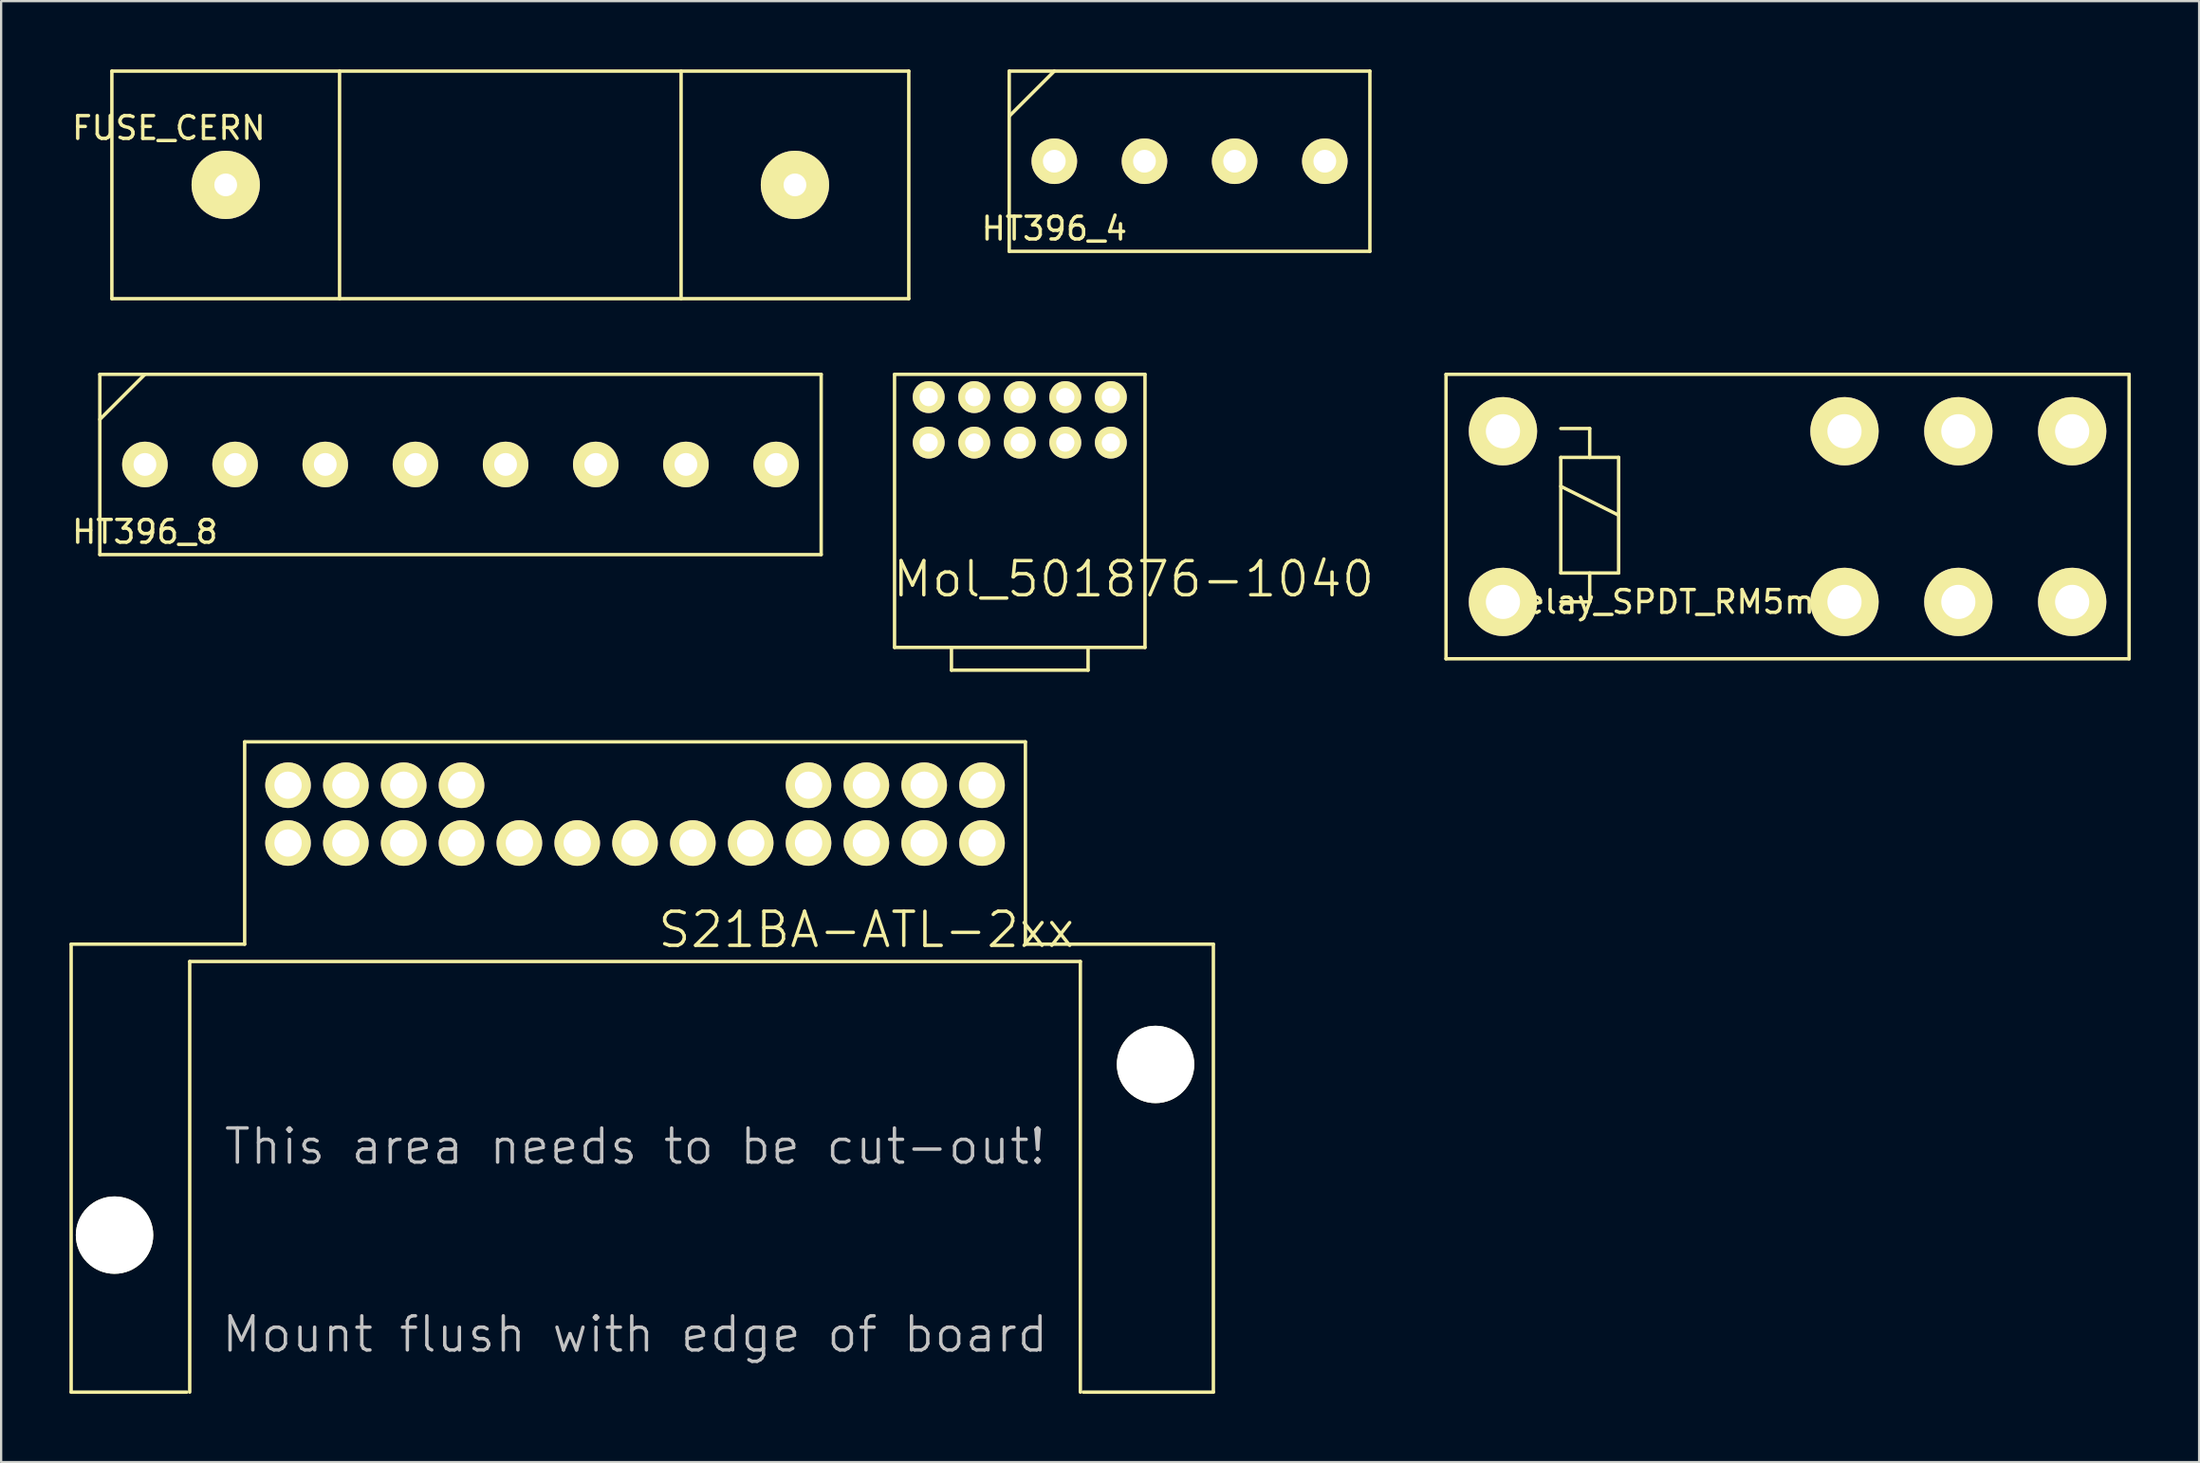
<source format=kicad_pcb>
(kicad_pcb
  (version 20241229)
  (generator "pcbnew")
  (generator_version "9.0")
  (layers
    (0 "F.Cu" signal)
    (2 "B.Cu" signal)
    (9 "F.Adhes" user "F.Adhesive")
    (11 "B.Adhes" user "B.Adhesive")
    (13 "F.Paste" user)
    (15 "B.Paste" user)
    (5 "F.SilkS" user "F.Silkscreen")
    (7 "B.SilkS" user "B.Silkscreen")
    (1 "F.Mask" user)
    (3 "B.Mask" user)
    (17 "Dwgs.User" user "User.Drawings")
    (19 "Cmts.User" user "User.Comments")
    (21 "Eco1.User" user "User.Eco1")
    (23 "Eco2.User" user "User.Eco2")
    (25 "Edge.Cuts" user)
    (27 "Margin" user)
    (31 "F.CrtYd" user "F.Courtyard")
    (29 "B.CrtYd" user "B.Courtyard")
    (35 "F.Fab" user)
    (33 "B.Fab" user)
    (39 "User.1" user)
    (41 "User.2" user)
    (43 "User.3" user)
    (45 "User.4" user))
  (footprint "Mol_501876-1040"
    (layer "F.Cu")
    (at 41.737 15.4)
    (property "Reference" "Mol_501876-1040" (at 5 7 0) (layer "F.SilkS") (effects (font (size 1.5 1.5) (thickness 0.15))))
    (attr through_hole)
    (fp_line (start -5.5 -2) (end -5.5 10) (stroke (width 0.15) (type solid)) (layer "F.SilkS"))
    (fp_line (start -5.5 10) (end 5.5 10) (stroke (width 0.15) (type solid)) (layer "F.SilkS"))
    (fp_line (start -3 10) (end -3 11) (stroke (width 0.15) (type solid)) (layer "F.SilkS"))
    (fp_line (start -3 11) (end 3 11) (stroke (width 0.15) (type solid)) (layer "F.SilkS"))
    (fp_line (start 3 11) (end 3 10) (stroke (width 0.15) (type solid)) (layer "F.SilkS"))
    (fp_line (start 5.5 -2) (end -5.5 -2) (stroke (width 0.15) (type solid)) (layer "F.SilkS"))
    (fp_line (start 5.5 10) (end 5.5 -2) (stroke (width 0.15) (type solid)) (layer "F.SilkS"))
    (pad "1" thru_hole circle (at 4 1) (size 1.4 1.4) (drill 0.8) (layers "*.Cu" "*.Mask" "F.SilkS"))
    (pad "2" thru_hole circle (at 4 -1) (size 1.4 1.4) (drill 0.8) (layers "*.Cu" "*.Mask" "F.SilkS"))
    (pad "3" thru_hole circle (at 2 1) (size 1.4 1.4) (drill 0.8) (layers "*.Cu" "*.Mask" "F.SilkS"))
    (pad "4" thru_hole circle (at 2 -1) (size 1.4 1.4) (drill 0.8) (layers "*.Cu" "*.Mask" "F.SilkS"))
    (pad "5" thru_hole circle (at 0 1) (size 1.4 1.4) (drill 0.8) (layers "*.Cu" "*.Mask" "F.SilkS"))
    (pad "6" thru_hole circle (at 0 -1) (size 1.4 1.4) (drill 0.8) (layers "*.Cu" "*.Mask" "F.SilkS"))
    (pad "7" thru_hole circle (at -2 1) (size 1.4 1.4) (drill 0.8) (layers "*.Cu" "*.Mask" "F.SilkS"))
    (pad "8" thru_hole circle (at -2 -1) (size 1.4 1.4) (drill 0.8) (layers "*.Cu" "*.Mask" "F.SilkS"))
    (pad "9" thru_hole circle (at -4 1) (size 1.4 1.4) (drill 0.8) (layers "*.Cu" "*.Mask" "F.SilkS"))
    (pad "10" thru_hole circle (at -4 -1) (size 1.4 1.4) (drill 0.8) (layers "*.Cu" "*.Mask" "F.SilkS")))
  (footprint "HT396_4"
    (layer "F.Cu")
    (at 43.254 7.995)
    (property "Reference" "HT396_4" (at 0 -1 0) (layer "F.SilkS") (effects (font (size 1 1) (thickness 0.15))))
    (attr through_hole)
    (fp_line (start -1.98 -7.92) (end -1.98 0) (stroke (width 0.15) (type solid)) (layer "F.SilkS"))
    (fp_line (start -1.98 -5.94) (end 0 -7.92) (stroke (width 0.15) (type solid)) (layer "F.SilkS"))
    (fp_line (start -1.98 0) (end 13.86 0) (stroke (width 0.15) (type solid)) (layer "F.SilkS"))
    (fp_line (start 13.86 -7.92) (end -1.98 -7.92) (stroke (width 0.15) (type solid)) (layer "F.SilkS"))
    (fp_line (start 13.86 0) (end 13.86 -7.92) (stroke (width 0.15) (type solid)) (layer "F.SilkS"))
    (pad "1" thru_hole circle (at 0 -3.96) (size 2 2) (drill 1) (layers "*.Cu" "*.Mask" "F.SilkS"))
    (pad "2" thru_hole circle (at 3.96 -3.96) (size 2 2) (drill 1) (layers "*.Cu" "*.Mask" "F.SilkS"))
    (pad "3" thru_hole circle (at 7.92 -3.96) (size 2 2) (drill 1) (layers "*.Cu" "*.Mask" "F.SilkS"))
    (pad "4" thru_hole circle (at 11.88 -3.96) (size 2 2) (drill 1) (layers "*.Cu" "*.Mask" "F.SilkS")))
  (footprint "FUSE_CERN"
    (layer "F.Cu")
    (at 6.863 10.075)
    (property "Reference" "FUSE_CERN" (at -2.5 -7.5 0) (layer "F.SilkS") (effects (font (size 1 1) (thickness 0.15))))
    (attr through_hole)
    (fp_line (start -5 -10) (end -5 0) (stroke (width 0.15) (type solid)) (layer "F.SilkS"))
    (fp_line (start -5 0) (end 30 0) (stroke (width 0.15) (type solid)) (layer "F.SilkS"))
    (fp_line (start 5 -10) (end 5 0) (stroke (width 0.15) (type solid)) (layer "F.SilkS"))
    (fp_line (start 20 -10) (end 20 0) (stroke (width 0.15) (type solid)) (layer "F.SilkS"))
    (fp_line (start 30 -10) (end -5 -10) (stroke (width 0.15) (type solid)) (layer "F.SilkS"))
    (fp_line (start 30 0) (end 30 -10) (stroke (width 0.15) (type solid)) (layer "F.SilkS"))
    (pad "1" thru_hole circle (at 0 -5) (size 3 3) (drill 1) (layers "*.Cu" "*.Mask" "F.SilkS"))
    (pad "2" thru_hole circle (at 25 -5) (size 3 3) (drill 1) (layers "*.Cu" "*.Mask" "F.SilkS")))
  (footprint "Relay_SPDT_RM5mm"
    (layer "F.Cu")
    (at 62.958 23.4)
    (property "Reference" "Relay_SPDT_RM5mm" (at 7.5 0 0) (layer "F.SilkS") (effects (font (size 1 1) (thickness 0.15))))
    (attr through_hole)
    (fp_line (start -2.5 -10) (end -2.5 2.5) (stroke (width 0.15) (type solid)) (layer "F.SilkS"))
    (fp_line (start -2.5 2.5) (end 27.5 2.5) (stroke (width 0.15) (type solid)) (layer "F.SilkS"))
    (fp_line (start 2.54 -7.62) (end 3.81 -7.62) (stroke (width 0.15) (type solid)) (layer "F.SilkS"))
    (fp_line (start 2.54 -6.35) (end 3.81 -6.35) (stroke (width 0.15) (type solid)) (layer "F.SilkS"))
    (fp_line (start 2.54 -5.08) (end 5.08 -3.81) (stroke (width 0.15) (type solid)) (layer "F.SilkS"))
    (fp_line (start 2.54 -1.27) (end 2.54 -6.35) (stroke (width 0.15) (type solid)) (layer "F.SilkS"))
    (fp_line (start 3.81 -7.62) (end 3.81 -6.35) (stroke (width 0.15) (type solid)) (layer "F.SilkS"))
    (fp_line (start 3.81 -6.35) (end 5.08 -6.35) (stroke (width 0.15) (type solid)) (layer "F.SilkS"))
    (fp_line (start 3.81 -1.27) (end 3.81 0) (stroke (width 0.15) (type solid)) (layer "F.SilkS"))
    (fp_line (start 3.81 0) (end 2.54 0) (stroke (width 0.15) (type solid)) (layer "F.SilkS"))
    (fp_line (start 5.08 -6.35) (end 5.08 -1.27) (stroke (width 0.15) (type solid)) (layer "F.SilkS"))
    (fp_line (start 5.08 -1.27) (end 2.54 -1.27) (stroke (width 0.15) (type solid)) (layer "F.SilkS"))
    (fp_line (start 27.5 -10) (end -2.5 -10) (stroke (width 0.15) (type solid)) (layer "F.SilkS"))
    (fp_line (start 27.5 2.5) (end 27.5 -10) (stroke (width 0.15) (type solid)) (layer "F.SilkS"))
    (pad "1" thru_hole circle (at 25 -7.5) (size 3 3) (drill 1.5) (layers "*.Cu" "*.Mask" "F.SilkS"))
    (pad "3" thru_hole circle (at 15 -7.5) (size 3 3) (drill 1.5) (layers "*.Cu" "*.Mask" "F.SilkS"))
    (pad "5" thru_hole circle (at 20 -7.5) (size 3 3) (drill 1.5) (layers "*.Cu" "*.Mask" "F.SilkS"))
    (pad "8" thru_hole circle (at 0 -7.5) (size 3 3) (drill 1.5) (layers "*.Cu" "*.Mask" "F.SilkS"))
    (pad "9" thru_hole circle (at 0 0) (size 3 3) (drill 1.5) (layers "*.Cu" "*.Mask" "F.SilkS"))
    (pad "12" thru_hole circle (at 20 0) (size 3 3) (drill 1.5) (layers "*.Cu" "*.Mask" "F.SilkS"))
    (pad "14" thru_hole circle (at 15 0) (size 3 3) (drill 1.5) (layers "*.Cu" "*.Mask" "F.SilkS"))
    (pad "16" thru_hole circle (at 25 0) (size 3 3) (drill 1.5) (layers "*.Cu" "*.Mask" "F.SilkS")))
  (footprint "S21BA-ATL-2xx"
    (layer "F.Cu")
    (at 24.84 33.995)
    (property "Reference" "S21BA-ATL-2xx" (at 10.16 3.81 0) (layer "F.SilkS") (effects (font (size 1.5 1.5) (thickness 0.15))))
    (attr through_hole)
    (fp_line (start -24.765 4.445) (end -17.145 4.445) (stroke (width 0.15) (type solid)) (layer "F.SilkS"))
    (fp_line (start -24.765 24.13) (end -24.765 4.445) (stroke (width 0.15) (type solid)) (layer "F.SilkS"))
    (fp_line (start -19.685 24.13) (end -24.765 24.13) (stroke (width 0.15) (type solid)) (layer "F.SilkS"))
    (fp_line (start -19.558 5.207) (end 19.558 5.207) (stroke (width 0.15) (type solid)) (layer "F.SilkS"))
    (fp_line (start -19.558 24.13) (end -19.558 5.207) (stroke (width 0.15) (type solid)) (layer "F.SilkS"))
    (fp_line (start -17.145 -4.445) (end 17.145 -4.445) (stroke (width 0.15) (type solid)) (layer "F.SilkS"))
    (fp_line (start -17.145 4.445) (end -17.145 -4.445) (stroke (width 0.15) (type solid)) (layer "F.SilkS"))
    (fp_line (start 17.145 -4.445) (end 17.145 4.445) (stroke (width 0.15) (type solid)) (layer "F.SilkS"))
    (fp_line (start 17.145 4.445) (end 25.4 4.445) (stroke (width 0.15) (type solid)) (layer "F.SilkS"))
    (fp_line (start 19.558 5.207) (end 19.558 24.13) (stroke (width 0.15) (type solid)) (layer "F.SilkS"))
    (fp_line (start 25.4 24.13) (end 19.685 24.13) (stroke (width 0.15) (type solid)) (layer "F.SilkS"))
    (fp_line (start 25.4 24.13) (end 25.4 4.445) (stroke (width 0.15) (type solid)) (layer "F.SilkS"))
    (fp_text user "This area needs to be cut-out!" (at 0 13.335 0) (layer "Dwgs.User") (effects (font (size 1.5 1.5) (thickness 0.15))))
    (fp_text user "Mount flush with edge of board" (at 0 21.59 0) (layer "Dwgs.User") (effects (font (size 1.5 1.5) (thickness 0.15))))
    (pad "" np_thru_hole circle (at -22.86 17.23) (size 3.4 3.4) (drill 3.4) (layers "*.Cu" "*.Mask" "F.SilkS"))
    (pad "" np_thru_hole circle (at 22.86 9.73) (size 3.4 3.4) (drill 3.4) (layers "*.Cu" "*.Mask" "F.SilkS"))
    (pad "1" thru_hole circle (at -15.24 -2.54) (size 2 2) (drill 1.2) (layers "*.Cu" "*.Mask" "F.SilkS"))
    (pad "2" thru_hole circle (at -12.7 -2.54) (size 2 2) (drill 1.2) (layers "*.Cu" "*.Mask" "F.SilkS"))
    (pad "3" thru_hole circle (at -10.16 -2.54) (size 2 2) (drill 1.2) (layers "*.Cu" "*.Mask" "F.SilkS"))
    (pad "4" thru_hole circle (at -7.62 -2.54) (size 2 2) (drill 1.2) (layers "*.Cu" "*.Mask" "F.SilkS"))
    (pad "5" thru_hole circle (at 7.62 -2.54) (size 2 2) (drill 1.2) (layers "*.Cu" "*.Mask" "F.SilkS"))
    (pad "6" thru_hole circle (at 10.16 -2.54) (size 2 2) (drill 1.2) (layers "*.Cu" "*.Mask" "F.SilkS"))
    (pad "7" thru_hole circle (at 12.7 -2.54) (size 2 2) (drill 1.2) (layers "*.Cu" "*.Mask" "F.SilkS"))
    (pad "8" thru_hole circle (at 15.24 -2.54) (size 2 2) (drill 1.2) (layers "*.Cu" "*.Mask" "F.SilkS"))
    (pad "9" thru_hole circle (at -15.24 0) (size 2 2) (drill 1.2) (layers "*.Cu" "*.Mask" "F.SilkS"))
    (pad "10" thru_hole circle (at -12.7 0) (size 2 2) (drill 1.2) (layers "*.Cu" "*.Mask" "F.SilkS"))
    (pad "11" thru_hole circle (at -10.16 0) (size 2 2) (drill 1.2) (layers "*.Cu" "*.Mask" "F.SilkS"))
    (pad "12" thru_hole circle (at -7.62 0) (size 2 2) (drill 1.2) (layers "*.Cu" "*.Mask" "F.SilkS"))
    (pad "13" thru_hole circle (at -5.08 0) (size 2 2) (drill 1.2) (layers "*.Cu" "*.Mask" "F.SilkS"))
    (pad "14" thru_hole circle (at -2.54 0) (size 2 2) (drill 1.2) (layers "*.Cu" "*.Mask" "F.SilkS"))
    (pad "15" thru_hole circle (at 0 0) (size 2 2) (drill 1.2) (layers "*.Cu" "*.Mask" "F.SilkS"))
    (pad "16" thru_hole circle (at 2.54 0) (size 2 2) (drill 1.2) (layers "*.Cu" "*.Mask" "F.SilkS"))
    (pad "17" thru_hole circle (at 5.08 0) (size 2 2) (drill 1.2) (layers "*.Cu" "*.Mask" "F.SilkS"))
    (pad "18" thru_hole circle (at 7.62 0) (size 2 2) (drill 1.2) (layers "*.Cu" "*.Mask" "F.SilkS"))
    (pad "19" thru_hole circle (at 10.16 0) (size 2 2) (drill 1.2) (layers "*.Cu" "*.Mask" "F.SilkS"))
    (pad "20" thru_hole circle (at 12.7 0) (size 2 2) (drill 1.2) (layers "*.Cu" "*.Mask" "F.SilkS"))
    (pad "21" thru_hole circle (at 15.24 0) (size 2 2) (drill 1.2) (layers "*.Cu" "*.Mask" "F.SilkS")))
  (footprint "HT396_8"
    (layer "F.Cu")
    (at 3.315 21.32)
    (property "Reference" "HT396_8" (at 0 -1 0) (layer "F.SilkS") (effects (font (size 1 1) (thickness 0.15))))
    (attr through_hole)
    (fp_line (start -1.98 -7.92) (end -1.98 0) (stroke (width 0.15) (type solid)) (layer "F.SilkS"))
    (fp_line (start -1.98 -5.94) (end 0 -7.92) (stroke (width 0.15) (type solid)) (layer "F.SilkS"))
    (fp_line (start -1.98 0) (end 29.7 0) (stroke (width 0.15) (type solid)) (layer "F.SilkS"))
    (fp_line (start 29.7 -7.92) (end -1.98 -7.92) (stroke (width 0.15) (type solid)) (layer "F.SilkS"))
    (fp_line (start 29.7 0) (end 29.7 -7.92) (stroke (width 0.15) (type solid)) (layer "F.SilkS"))
    (pad "1" thru_hole circle (at 0 -3.96) (size 2 2) (drill 1) (layers "*.Cu" "*.Mask" "F.SilkS"))
    (pad "2" thru_hole circle (at 3.96 -3.96) (size 2 2) (drill 1) (layers "*.Cu" "*.Mask" "F.SilkS"))
    (pad "3" thru_hole circle (at 7.92 -3.96) (size 2 2) (drill 1) (layers "*.Cu" "*.Mask" "F.SilkS"))
    (pad "4" thru_hole circle (at 11.88 -3.96) (size 2 2) (drill 1) (layers "*.Cu" "*.Mask" "F.SilkS"))
    (pad "5" thru_hole circle (at 15.84 -3.96) (size 2 2) (drill 1) (layers "*.Cu" "*.Mask" "F.SilkS"))
    (pad "6" thru_hole circle (at 19.8 -3.96) (size 2 2) (drill 1) (layers "*.Cu" "*.Mask" "F.SilkS"))
    (pad "7" thru_hole circle (at 23.76 -3.96) (size 2 2) (drill 1) (layers "*.Cu" "*.Mask" "F.SilkS"))
    (pad "8" thru_hole circle (at 27.72 -3.96) (size 2 2) (drill 1) (layers "*.Cu" "*.Mask" "F.SilkS")))
  (gr_rect
    (start -3 -3)
    (end 93.533 61.2)
    (stroke (width 0.1) (type default))
    (fill no)
    (layer "Edge.Cuts")))
</source>
